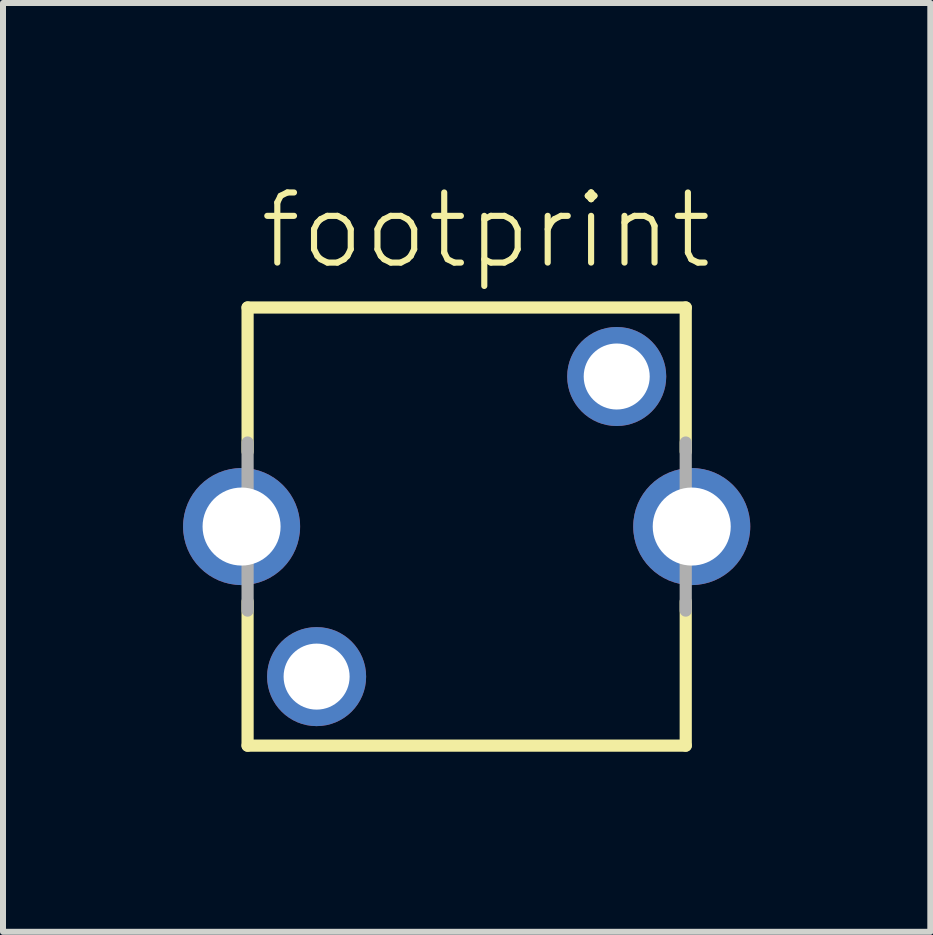
<source format=kicad_pcb>
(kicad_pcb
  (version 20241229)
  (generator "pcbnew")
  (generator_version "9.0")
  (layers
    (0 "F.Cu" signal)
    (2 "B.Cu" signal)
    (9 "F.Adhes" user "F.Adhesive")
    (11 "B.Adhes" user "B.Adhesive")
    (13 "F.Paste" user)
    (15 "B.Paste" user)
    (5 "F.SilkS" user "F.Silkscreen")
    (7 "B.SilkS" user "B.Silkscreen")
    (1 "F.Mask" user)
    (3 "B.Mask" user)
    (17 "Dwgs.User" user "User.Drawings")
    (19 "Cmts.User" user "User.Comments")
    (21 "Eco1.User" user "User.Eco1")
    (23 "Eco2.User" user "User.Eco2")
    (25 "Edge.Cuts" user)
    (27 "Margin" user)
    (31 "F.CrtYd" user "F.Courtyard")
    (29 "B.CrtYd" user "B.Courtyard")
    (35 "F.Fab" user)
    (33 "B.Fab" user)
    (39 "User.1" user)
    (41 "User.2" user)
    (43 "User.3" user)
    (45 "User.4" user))
  (footprint "footprint"
    (layer "F.Cu")
    (at 4.725 5.723)
    (property "Reference" "footprint" (at -3.5 -4.25 0) (layer "F.SilkS") (effects (font (size 1.168 1.168) (thickness 0.102)) (justify left bottom)))
    (fp_line (start -3.65 -3.65) (end 3.65 -3.65) (stroke (width 0.203) (type solid)) (layer "F.SilkS"))
    (fp_line (start -3.65 -1.25) (end -3.65 -3.65) (stroke (width 0.203) (type solid)) (layer "F.SilkS"))
    (fp_line (start -3.65 3.65) (end -3.65 1.25) (stroke (width 0.203) (type solid)) (layer "F.SilkS"))
    (fp_line (start 3.65 -3.65) (end 3.65 -1.25) (stroke (width 0.203) (type solid)) (layer "F.SilkS"))
    (fp_line (start 3.65 1.25) (end 3.65 3.65) (stroke (width 0.203) (type solid)) (layer "F.SilkS"))
    (fp_line (start 3.65 3.65) (end -3.65 3.65) (stroke (width 0.203) (type solid)) (layer "F.SilkS"))
    (fp_line (start -3.65 1.4) (end -3.65 -1.4) (stroke (width 0.203) (type solid)) (layer "F.Fab"))
    (fp_line (start 3.65 -1.4) (end 3.65 1.4) (stroke (width 0.203) (type solid)) (layer "F.Fab"))
    (pad "A" thru_hole circle (at 2.5 -2.5) (size 1.65 1.65) (drill 1.1) (layers "*.Cu" "*.Mask"))
    (pad "E" thru_hole circle (at -2.5 2.5) (size 1.65 1.65) (drill 1.1) (layers "*.Cu" "*.Mask"))
    (pad "S1" thru_hole circle (at -3.75 0) (size 1.95 1.95) (drill 1.3) (layers "*.Cu" "*.Mask"))
    (pad "S2" thru_hole circle (at 3.75 0) (size 1.95 1.95) (drill 1.3) (layers "*.Cu" "*.Mask")))
  (gr_rect
    (start -3 -3)
    (end 12.45 12.475)
    (stroke (width 0.1) (type default))
    (fill no)
    (layer "Edge.Cuts")))
</source>
